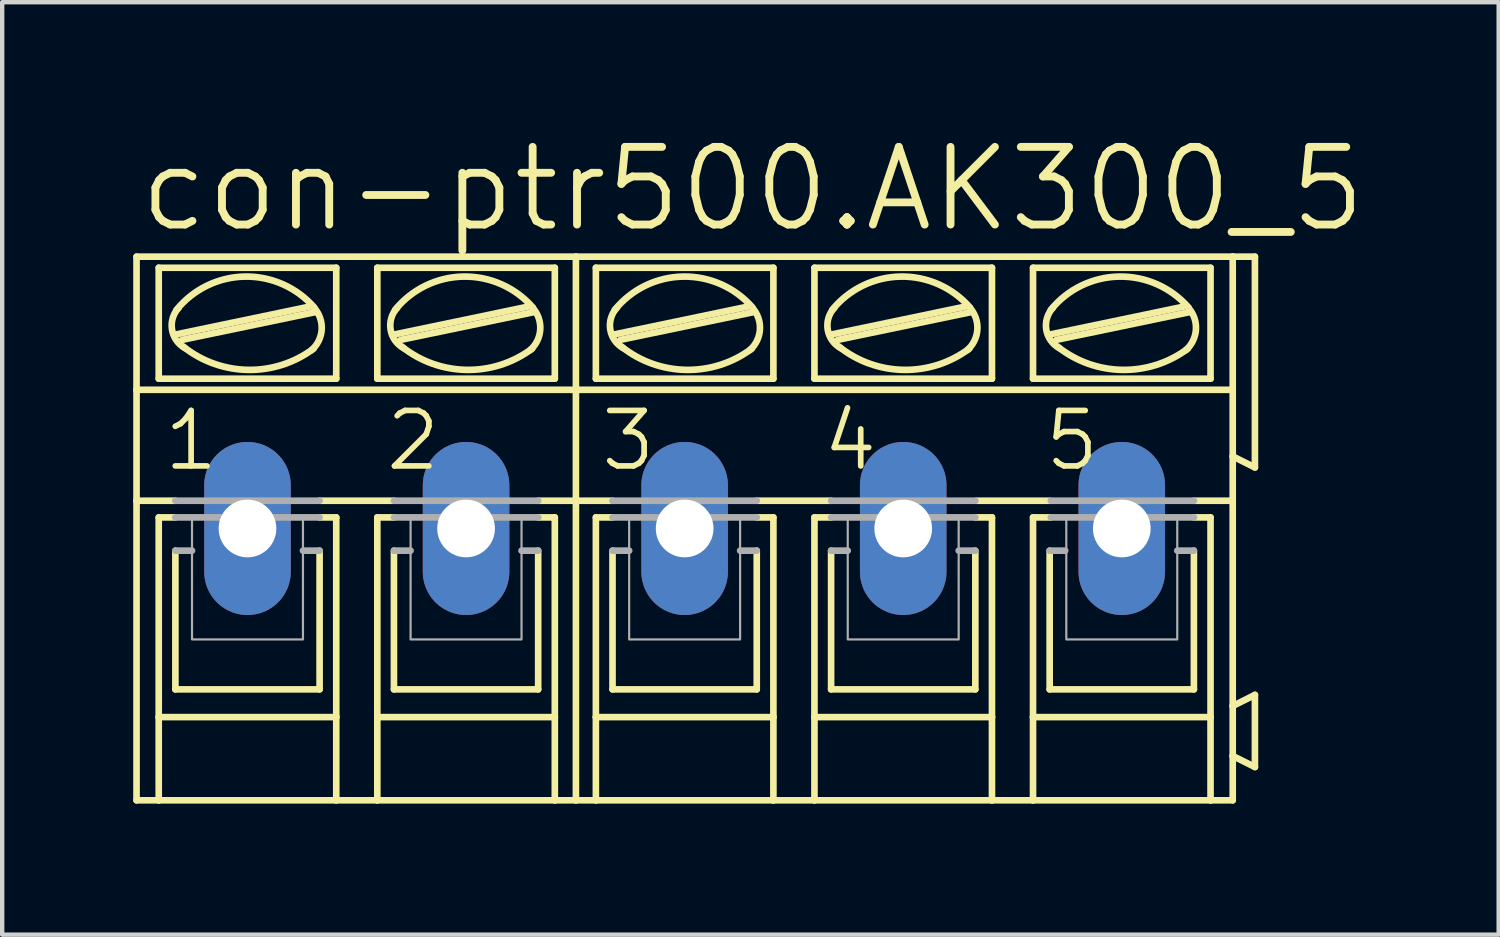
<source format=kicad_pcb>
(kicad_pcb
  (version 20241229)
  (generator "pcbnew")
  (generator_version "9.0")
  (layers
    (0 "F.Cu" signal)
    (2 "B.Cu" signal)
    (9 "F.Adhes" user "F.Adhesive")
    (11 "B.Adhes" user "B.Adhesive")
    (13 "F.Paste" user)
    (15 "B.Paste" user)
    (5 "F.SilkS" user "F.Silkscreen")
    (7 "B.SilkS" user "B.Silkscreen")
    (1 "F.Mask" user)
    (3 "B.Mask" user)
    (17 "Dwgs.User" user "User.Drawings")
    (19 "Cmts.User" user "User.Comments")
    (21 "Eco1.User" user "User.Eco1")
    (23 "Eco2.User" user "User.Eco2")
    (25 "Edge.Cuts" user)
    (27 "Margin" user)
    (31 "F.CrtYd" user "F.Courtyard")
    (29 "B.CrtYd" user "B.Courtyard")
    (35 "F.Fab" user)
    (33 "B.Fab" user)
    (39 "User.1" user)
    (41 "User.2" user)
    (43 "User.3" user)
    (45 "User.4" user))
  (footprint "con-ptr500.AK300_5"
    (layer "F.Cu")
    (at 12.624 9.049)
    (property "Reference" "con-ptr500.AK300_5" (at -12.573 -6.731 0) (layer "F.SilkS") (effects (font (size 1.778 1.778) (thickness 0.18)) (justify left bottom)))
    (attr through_hole)
    (fp_line (start -12.548 -3.175) (end -12.548 -6.223) (stroke (width 0.152) (type default)) (layer "F.SilkS"))
    (fp_line (start -12.548 -3.175) (end -2.489 -3.175) (stroke (width 0.152) (type default)) (layer "F.SilkS"))
    (fp_line (start -12.548 -0.635) (end -12.548 -3.175) (stroke (width 0.152) (type default)) (layer "F.SilkS"))
    (fp_line (start -12.548 -0.635) (end -11.659 -0.635) (stroke (width 0.152) (type default)) (layer "F.SilkS"))
    (fp_line (start -12.548 6.223) (end -12.548 -0.635) (stroke (width 0.152) (type default)) (layer "F.SilkS"))
    (fp_line (start -12.548 6.223) (end -12.04 6.223) (stroke (width 0.152) (type default)) (layer "F.SilkS"))
    (fp_line (start -12.04 -3.429) (end -12.04 -5.969) (stroke (width 0.152) (type default)) (layer "F.SilkS"))
    (fp_line (start -12.04 -0.254) (end -12.04 4.318) (stroke (width 0.152) (type default)) (layer "F.SilkS"))
    (fp_line (start -12.04 -0.254) (end -11.659 -0.254) (stroke (width 0.152) (type default)) (layer "F.SilkS"))
    (fp_line (start -12.04 4.318) (end -12.04 6.223) (stroke (width 0.152) (type default)) (layer "F.SilkS"))
    (fp_line (start -12.04 6.223) (end -7.976 6.223) (stroke (width 0.152) (type default)) (layer "F.SilkS"))
    (fp_line (start -11.659 3.683) (end -11.659 0.508) (stroke (width 0.152) (type default)) (layer "F.SilkS"))
    (fp_line (start -11.633 -4.445) (end -8.585 -5.08) (stroke (width 0.152) (type default)) (layer "F.SilkS"))
    (fp_line (start -11.506 -4.318) (end -8.458 -4.953) (stroke (width 0.152) (type default)) (layer "F.SilkS"))
    (fp_line (start -8.357 -0.635) (end -6.655 -0.635) (stroke (width 0.152) (type default)) (layer "F.SilkS"))
    (fp_line (start -8.357 3.683) (end -11.659 3.683) (stroke (width 0.152) (type default)) (layer "F.SilkS"))
    (fp_line (start -8.357 3.683) (end -8.357 0.508) (stroke (width 0.152) (type default)) (layer "F.SilkS"))
    (fp_line (start -7.976 -5.969) (end -12.04 -5.969) (stroke (width 0.152) (type default)) (layer "F.SilkS"))
    (fp_line (start -7.976 -3.429) (end -12.04 -3.429) (stroke (width 0.152) (type default)) (layer "F.SilkS"))
    (fp_line (start -7.976 -3.429) (end -7.976 -5.969) (stroke (width 0.152) (type default)) (layer "F.SilkS"))
    (fp_line (start -7.976 -0.254) (end -8.357 -0.254) (stroke (width 0.152) (type default)) (layer "F.SilkS"))
    (fp_line (start -7.976 4.318) (end -12.04 4.318) (stroke (width 0.152) (type default)) (layer "F.SilkS"))
    (fp_line (start -7.976 4.318) (end -7.976 -0.254) (stroke (width 0.152) (type default)) (layer "F.SilkS"))
    (fp_line (start -7.976 6.223) (end -7.976 4.318) (stroke (width 0.152) (type default)) (layer "F.SilkS"))
    (fp_line (start -7.976 6.223) (end -7.036 6.223) (stroke (width 0.152) (type default)) (layer "F.SilkS"))
    (fp_line (start -7.036 -5.969) (end -2.972 -5.969) (stroke (width 0.152) (type default)) (layer "F.SilkS"))
    (fp_line (start -7.036 -3.429) (end -7.036 -5.969) (stroke (width 0.152) (type default)) (layer "F.SilkS"))
    (fp_line (start -7.036 -0.254) (end -6.655 -0.254) (stroke (width 0.152) (type default)) (layer "F.SilkS"))
    (fp_line (start -7.036 4.318) (end -7.036 -0.254) (stroke (width 0.152) (type default)) (layer "F.SilkS"))
    (fp_line (start -7.036 4.318) (end -2.972 4.318) (stroke (width 0.152) (type default)) (layer "F.SilkS"))
    (fp_line (start -7.036 6.223) (end -7.036 4.318) (stroke (width 0.152) (type default)) (layer "F.SilkS"))
    (fp_line (start -7.036 6.223) (end -2.972 6.223) (stroke (width 0.152) (type default)) (layer "F.SilkS"))
    (fp_line (start -6.655 3.683) (end -6.655 0.508) (stroke (width 0.152) (type default)) (layer "F.SilkS"))
    (fp_line (start -6.629 -4.445) (end -3.581 -5.08) (stroke (width 0.152) (type default)) (layer "F.SilkS"))
    (fp_line (start -6.502 -4.318) (end -3.454 -4.953) (stroke (width 0.152) (type default)) (layer "F.SilkS"))
    (fp_line (start -3.353 3.683) (end -6.655 3.683) (stroke (width 0.152) (type default)) (layer "F.SilkS"))
    (fp_line (start -3.353 3.683) (end -3.353 0.508) (stroke (width 0.152) (type default)) (layer "F.SilkS"))
    (fp_line (start -2.972 -5.969) (end -2.972 -3.429) (stroke (width 0.152) (type default)) (layer "F.SilkS"))
    (fp_line (start -2.972 -3.429) (end -7.036 -3.429) (stroke (width 0.152) (type default)) (layer "F.SilkS"))
    (fp_line (start -2.972 -0.254) (end -3.353 -0.254) (stroke (width 0.152) (type default)) (layer "F.SilkS"))
    (fp_line (start -2.972 -0.254) (end -2.972 4.318) (stroke (width 0.152) (type default)) (layer "F.SilkS"))
    (fp_line (start -2.972 4.318) (end -2.972 6.223) (stroke (width 0.152) (type default)) (layer "F.SilkS"))
    (fp_line (start -2.972 6.223) (end -2.489 6.223) (stroke (width 0.152) (type default)) (layer "F.SilkS"))
    (fp_line (start -2.489 -6.223) (end -12.548 -6.223) (stroke (width 0.152) (type default)) (layer "F.SilkS"))
    (fp_line (start -2.489 -3.175) (end -2.489 -6.223) (stroke (width 0.152) (type default)) (layer "F.SilkS"))
    (fp_line (start -2.489 -3.175) (end 12.548 -3.175) (stroke (width 0.152) (type default)) (layer "F.SilkS"))
    (fp_line (start -2.489 -0.635) (end -3.353 -0.635) (stroke (width 0.152) (type default)) (layer "F.SilkS"))
    (fp_line (start -2.489 -0.635) (end -2.489 -3.175) (stroke (width 0.152) (type default)) (layer "F.SilkS"))
    (fp_line (start -2.489 -0.635) (end -1.651 -0.635) (stroke (width 0.152) (type default)) (layer "F.SilkS"))
    (fp_line (start -2.489 6.223) (end -2.489 -0.635) (stroke (width 0.152) (type default)) (layer "F.SilkS"))
    (fp_line (start -2.489 6.223) (end -2.032 6.223) (stroke (width 0.152) (type default)) (layer "F.SilkS"))
    (fp_line (start -2.032 -3.429) (end -2.032 -5.969) (stroke (width 0.152) (type default)) (layer "F.SilkS"))
    (fp_line (start -2.032 -0.254) (end -2.032 4.318) (stroke (width 0.152) (type default)) (layer "F.SilkS"))
    (fp_line (start -2.032 -0.254) (end -1.651 -0.254) (stroke (width 0.152) (type default)) (layer "F.SilkS"))
    (fp_line (start -2.032 4.318) (end -2.032 6.223) (stroke (width 0.152) (type default)) (layer "F.SilkS"))
    (fp_line (start -2.032 6.223) (end 2.032 6.223) (stroke (width 0.152) (type default)) (layer "F.SilkS"))
    (fp_line (start -1.651 3.683) (end -1.651 0.508) (stroke (width 0.152) (type default)) (layer "F.SilkS"))
    (fp_line (start -1.6 -4.445) (end 1.448 -5.08) (stroke (width 0.152) (type default)) (layer "F.SilkS"))
    (fp_line (start -1.473 -4.318) (end 1.575 -4.953) (stroke (width 0.152) (type default)) (layer "F.SilkS"))
    (fp_line (start 1.651 -0.635) (end 3.353 -0.635) (stroke (width 0.152) (type default)) (layer "F.SilkS"))
    (fp_line (start 1.651 3.683) (end -1.651 3.683) (stroke (width 0.152) (type default)) (layer "F.SilkS"))
    (fp_line (start 1.651 3.683) (end 1.651 0.508) (stroke (width 0.152) (type default)) (layer "F.SilkS"))
    (fp_line (start 2.032 -5.969) (end -2.032 -5.969) (stroke (width 0.152) (type default)) (layer "F.SilkS"))
    (fp_line (start 2.032 -3.429) (end -2.032 -3.429) (stroke (width 0.152) (type default)) (layer "F.SilkS"))
    (fp_line (start 2.032 -3.429) (end 2.032 -5.969) (stroke (width 0.152) (type default)) (layer "F.SilkS"))
    (fp_line (start 2.032 -0.254) (end 1.651 -0.254) (stroke (width 0.152) (type default)) (layer "F.SilkS"))
    (fp_line (start 2.032 4.318) (end -2.032 4.318) (stroke (width 0.152) (type default)) (layer "F.SilkS"))
    (fp_line (start 2.032 4.318) (end 2.032 -0.254) (stroke (width 0.152) (type default)) (layer "F.SilkS"))
    (fp_line (start 2.032 6.223) (end 2.032 4.318) (stroke (width 0.152) (type default)) (layer "F.SilkS"))
    (fp_line (start 2.032 6.223) (end 2.972 6.223) (stroke (width 0.152) (type default)) (layer "F.SilkS"))
    (fp_line (start 2.972 -5.969) (end 7.036 -5.969) (stroke (width 0.152) (type default)) (layer "F.SilkS"))
    (fp_line (start 2.972 -3.429) (end 2.972 -5.969) (stroke (width 0.152) (type default)) (layer "F.SilkS"))
    (fp_line (start 2.972 -0.254) (end 3.353 -0.254) (stroke (width 0.152) (type default)) (layer "F.SilkS"))
    (fp_line (start 2.972 4.318) (end 2.972 -0.254) (stroke (width 0.152) (type default)) (layer "F.SilkS"))
    (fp_line (start 2.972 4.318) (end 7.036 4.318) (stroke (width 0.152) (type default)) (layer "F.SilkS"))
    (fp_line (start 2.972 6.223) (end 2.972 4.318) (stroke (width 0.152) (type default)) (layer "F.SilkS"))
    (fp_line (start 2.972 6.223) (end 7.036 6.223) (stroke (width 0.152) (type default)) (layer "F.SilkS"))
    (fp_line (start 3.353 3.683) (end 3.353 0.508) (stroke (width 0.152) (type default)) (layer "F.SilkS"))
    (fp_line (start 3.378 -4.445) (end 6.426 -5.08) (stroke (width 0.152) (type default)) (layer "F.SilkS"))
    (fp_line (start 3.505 -4.318) (end 6.553 -4.953) (stroke (width 0.152) (type default)) (layer "F.SilkS"))
    (fp_line (start 6.655 3.683) (end 3.353 3.683) (stroke (width 0.152) (type default)) (layer "F.SilkS"))
    (fp_line (start 6.655 3.683) (end 6.655 0.508) (stroke (width 0.152) (type default)) (layer "F.SilkS"))
    (fp_line (start 6.68 -0.635) (end 8.357 -0.635) (stroke (width 0.152) (type default)) (layer "F.SilkS"))
    (fp_line (start 7.036 -5.969) (end 7.036 -3.429) (stroke (width 0.152) (type default)) (layer "F.SilkS"))
    (fp_line (start 7.036 -3.429) (end 2.972 -3.429) (stroke (width 0.152) (type default)) (layer "F.SilkS"))
    (fp_line (start 7.036 -0.254) (end 6.655 -0.254) (stroke (width 0.152) (type default)) (layer "F.SilkS"))
    (fp_line (start 7.036 -0.254) (end 7.036 4.318) (stroke (width 0.152) (type default)) (layer "F.SilkS"))
    (fp_line (start 7.036 4.318) (end 7.036 6.223) (stroke (width 0.152) (type default)) (layer "F.SilkS"))
    (fp_line (start 7.036 6.223) (end 7.976 6.223) (stroke (width 0.152) (type default)) (layer "F.SilkS"))
    (fp_line (start 7.976 -5.969) (end 12.04 -5.969) (stroke (width 0.152) (type default)) (layer "F.SilkS"))
    (fp_line (start 7.976 -3.429) (end 7.976 -5.969) (stroke (width 0.152) (type default)) (layer "F.SilkS"))
    (fp_line (start 7.976 -0.254) (end 8.382 -0.254) (stroke (width 0.152) (type default)) (layer "F.SilkS"))
    (fp_line (start 7.976 4.318) (end 7.976 -0.254) (stroke (width 0.152) (type default)) (layer "F.SilkS"))
    (fp_line (start 7.976 4.318) (end 12.04 4.318) (stroke (width 0.152) (type default)) (layer "F.SilkS"))
    (fp_line (start 7.976 6.223) (end 7.976 4.318) (stroke (width 0.152) (type default)) (layer "F.SilkS"))
    (fp_line (start 7.976 6.223) (end 12.04 6.223) (stroke (width 0.152) (type default)) (layer "F.SilkS"))
    (fp_line (start 8.357 3.683) (end 8.357 0.508) (stroke (width 0.152) (type default)) (layer "F.SilkS"))
    (fp_line (start 8.382 -4.445) (end 11.43 -5.08) (stroke (width 0.152) (type default)) (layer "F.SilkS"))
    (fp_line (start 8.509 -4.318) (end 11.557 -4.953) (stroke (width 0.152) (type default)) (layer "F.SilkS"))
    (fp_line (start 11.659 3.683) (end 8.357 3.683) (stroke (width 0.152) (type default)) (layer "F.SilkS"))
    (fp_line (start 11.659 3.683) (end 11.659 0.508) (stroke (width 0.152) (type default)) (layer "F.SilkS"))
    (fp_line (start 12.04 -5.969) (end 12.04 -3.429) (stroke (width 0.152) (type default)) (layer "F.SilkS"))
    (fp_line (start 12.04 -3.429) (end 7.976 -3.429) (stroke (width 0.152) (type default)) (layer "F.SilkS"))
    (fp_line (start 12.04 -0.254) (end 11.659 -0.254) (stroke (width 0.152) (type default)) (layer "F.SilkS"))
    (fp_line (start 12.04 -0.254) (end 12.04 4.318) (stroke (width 0.152) (type default)) (layer "F.SilkS"))
    (fp_line (start 12.04 4.318) (end 12.04 6.223) (stroke (width 0.152) (type default)) (layer "F.SilkS"))
    (fp_line (start 12.04 6.223) (end 12.548 6.223) (stroke (width 0.152) (type default)) (layer "F.SilkS"))
    (fp_line (start 12.548 -6.223) (end -2.489 -6.223) (stroke (width 0.152) (type default)) (layer "F.SilkS"))
    (fp_line (start 12.548 -6.223) (end 12.548 -3.175) (stroke (width 0.152) (type default)) (layer "F.SilkS"))
    (fp_line (start 12.548 -6.223) (end 13.056 -6.223) (stroke (width 0.152) (type default)) (layer "F.SilkS"))
    (fp_line (start 12.548 -3.175) (end 12.548 -1.651) (stroke (width 0.152) (type default)) (layer "F.SilkS"))
    (fp_line (start 12.548 -1.651) (end 12.548 -0.635) (stroke (width 0.152) (type default)) (layer "F.SilkS"))
    (fp_line (start 12.548 -0.635) (end 11.659 -0.635) (stroke (width 0.152) (type default)) (layer "F.SilkS"))
    (fp_line (start 12.548 -0.635) (end 12.548 4.064) (stroke (width 0.152) (type default)) (layer "F.SilkS"))
    (fp_line (start 12.548 4.064) (end 12.548 5.207) (stroke (width 0.152) (type default)) (layer "F.SilkS"))
    (fp_line (start 12.548 5.207) (end 12.548 6.223) (stroke (width 0.152) (type default)) (layer "F.SilkS"))
    (fp_line (start 13.056 -6.223) (end 13.056 -1.397) (stroke (width 0.152) (type default)) (layer "F.SilkS"))
    (fp_line (start 13.056 -1.397) (end 12.548 -1.651) (stroke (width 0.152) (type default)) (layer "F.SilkS"))
    (fp_line (start 13.056 3.81) (end 12.548 4.064) (stroke (width 0.152) (type default)) (layer "F.SilkS"))
    (fp_line (start 13.056 3.81) (end 13.056 5.461) (stroke (width 0.152) (type default)) (layer "F.SilkS"))
    (fp_line (start 13.056 5.461) (end 12.548 5.207) (stroke (width 0.152) (type default)) (layer "F.SilkS"))
    (fp_arc (start -11.6332 -5.0038) (mid -10.068827 -5.766949) (end -8.4788 -5.0588) (stroke (width 0.1524) (type default)) (layer "F.SilkS"))
    (fp_arc (start -11.4387 -4.1297) (mid -11.736624 -4.557025) (end -11.5824 -5.0546) (stroke (width 0.1524) (type default)) (layer "F.SilkS"))
    (fp_arc (start -8.493 -4.1188) (mid -9.994903 -3.631243) (end -11.4808 -4.1656) (stroke (width 0.1524) (type default)) (layer "F.SilkS"))
    (fp_arc (start -8.4837 -5.0545) (mid -8.30934 -4.558084) (end -8.5394 -4.0849) (stroke (width 0.1524) (type default)) (layer "F.SilkS"))
    (fp_arc (start -6.6294 -5.0038) (mid -5.065027 -5.766949) (end -3.475 -5.0588) (stroke (width 0.1524) (type default)) (layer "F.SilkS"))
    (fp_arc (start -6.4349 -4.1297) (mid -6.732824 -4.557025) (end -6.5786 -5.0546) (stroke (width 0.1524) (type default)) (layer "F.SilkS"))
    (fp_arc (start -3.4892 -4.1188) (mid -4.991103 -3.631243) (end -6.477 -4.1656) (stroke (width 0.1524) (type default)) (layer "F.SilkS"))
    (fp_arc (start -3.4799 -5.0545) (mid -3.30554 -4.558084) (end -3.5356 -4.0849) (stroke (width 0.1524) (type default)) (layer "F.SilkS"))
    (fp_arc (start -1.6002 -5.0038) (mid -0.035853 -5.766879) (end 1.5541 -5.0587) (stroke (width 0.1524) (type default)) (layer "F.SilkS"))
    (fp_arc (start -1.4057 -4.1297) (mid -1.703624 -4.557025) (end -1.5494 -5.0546) (stroke (width 0.1524) (type default)) (layer "F.SilkS"))
    (fp_arc (start 1.54 -4.1189) (mid 0.038113 -3.631282) (end -1.4478 -4.1656) (stroke (width 0.1524) (type default)) (layer "F.SilkS"))
    (fp_arc (start 1.5493 -5.0545) (mid 1.72366 -4.558084) (end 1.4936 -4.0849) (stroke (width 0.1524) (type default)) (layer "F.SilkS"))
    (fp_arc (start 3.3782 -5.0038) (mid 4.94252 -5.766808) (end 6.5324 -5.0586) (stroke (width 0.1524) (type default)) (layer "F.SilkS"))
    (fp_arc (start 3.5727 -4.1297) (mid 3.274776 -4.557025) (end 3.429 -5.0546) (stroke (width 0.1524) (type default)) (layer "F.SilkS"))
    (fp_arc (start 6.5184 -4.1189) (mid 5.016513 -3.631282) (end 3.5306 -4.1656) (stroke (width 0.1524) (type default)) (layer "F.SilkS"))
    (fp_arc (start 6.5277 -5.0545) (mid 6.70206 -4.558084) (end 6.472 -4.0849) (stroke (width 0.1524) (type default)) (layer "F.SilkS"))
    (fp_arc (start 8.382 -5.0038) (mid 9.94632 -5.766808) (end 11.5362 -5.0586) (stroke (width 0.1524) (type default)) (layer "F.SilkS"))
    (fp_arc (start 8.5765 -4.1297) (mid 8.278576 -4.557025) (end 8.4328 -5.0546) (stroke (width 0.1524) (type default)) (layer "F.SilkS"))
    (fp_arc (start 11.5222 -4.1189) (mid 10.020313 -3.631282) (end 8.5344 -4.1656) (stroke (width 0.1524) (type default)) (layer "F.SilkS"))
    (fp_arc (start 11.5315 -5.0545) (mid 11.70586 -4.558084) (end 11.4758 -4.0849) (stroke (width 0.1524) (type default)) (layer "F.SilkS"))
    (fp_line (start -11.659 -0.635) (end -8.357 -0.635) (stroke (width 0.152) (type default)) (layer "F.Fab"))
    (fp_line (start -11.659 0.508) (end -11.278 0.508) (stroke (width 0.152) (type default)) (layer "F.Fab"))
    (fp_line (start -8.357 -0.254) (end -11.659 -0.254) (stroke (width 0.152) (type default)) (layer "F.Fab"))
    (fp_line (start -8.357 0.508) (end -8.738 0.508) (stroke (width 0.152) (type default)) (layer "F.Fab"))
    (fp_line (start -6.655 -0.254) (end -3.353 -0.254) (stroke (width 0.152) (type default)) (layer "F.Fab"))
    (fp_line (start -6.655 0.508) (end -6.274 0.508) (stroke (width 0.152) (type default)) (layer "F.Fab"))
    (fp_line (start -3.353 -0.635) (end -6.655 -0.635) (stroke (width 0.152) (type default)) (layer "F.Fab"))
    (fp_line (start -3.353 0.508) (end -3.734 0.508) (stroke (width 0.152) (type default)) (layer "F.Fab"))
    (fp_line (start -1.651 -0.635) (end 1.651 -0.635) (stroke (width 0.152) (type default)) (layer "F.Fab"))
    (fp_line (start -1.651 0.508) (end -1.27 0.508) (stroke (width 0.152) (type default)) (layer "F.Fab"))
    (fp_line (start 1.651 -0.254) (end -1.651 -0.254) (stroke (width 0.152) (type default)) (layer "F.Fab"))
    (fp_line (start 1.651 0.508) (end 1.27 0.508) (stroke (width 0.152) (type default)) (layer "F.Fab"))
    (fp_line (start 3.353 -0.254) (end 6.655 -0.254) (stroke (width 0.152) (type default)) (layer "F.Fab"))
    (fp_line (start 3.353 0.508) (end 3.734 0.508) (stroke (width 0.152) (type default)) (layer "F.Fab"))
    (fp_line (start 6.655 -0.635) (end 3.353 -0.635) (stroke (width 0.152) (type default)) (layer "F.Fab"))
    (fp_line (start 6.655 0.508) (end 6.274 0.508) (stroke (width 0.152) (type default)) (layer "F.Fab"))
    (fp_line (start 8.357 0.508) (end 8.712 0.508) (stroke (width 0.152) (type default)) (layer "F.Fab"))
    (fp_line (start 8.382 -0.254) (end 11.659 -0.254) (stroke (width 0.152) (type default)) (layer "F.Fab"))
    (fp_line (start 11.659 -0.635) (end 8.382 -0.635) (stroke (width 0.152) (type default)) (layer "F.Fab"))
    (fp_line (start 11.659 0.508) (end 11.278 0.508) (stroke (width 0.152) (type default)) (layer "F.Fab"))
    (fp_rect (start -11.278 2.54) (end -8.738 -0.254) (stroke (width 0.05) (type default)) (fill no) (layer "F.Fab"))
    (fp_rect (start -6.274 2.54) (end -3.734 -0.254) (stroke (width 0.05) (type default)) (fill no) (layer "F.Fab"))
    (fp_rect (start -1.27 2.54) (end 1.27 -0.254) (stroke (width 0.05) (type default)) (fill no) (layer "F.Fab"))
    (fp_rect (start 3.734 2.54) (end 6.274 -0.254) (stroke (width 0.05) (type default)) (fill no) (layer "F.Fab"))
    (fp_rect (start 8.738 2.54) (end 11.278 -0.254) (stroke (width 0.05) (type default)) (fill no) (layer "F.Fab"))
    (fp_text user "5" (at 8.179 -1.27 0) (layer "F.SilkS") (effects (font (size 1.27 1.27) (thickness 0.13)) (justify left bottom)))
    (fp_text user "1" (at -11.989 -1.27 0) (layer "F.SilkS") (effects (font (size 1.27 1.27) (thickness 0.13)) (justify left bottom)))
    (fp_text user "3" (at -1.981 -1.27 0) (layer "F.SilkS") (effects (font (size 1.27 1.27) (thickness 0.13)) (justify left bottom)))
    (fp_text user "4" (at 3.099 -1.27 0) (layer "F.SilkS") (effects (font (size 1.27 1.27) (thickness 0.13)) (justify left bottom)))
    (fp_text user "2" (at -6.909 -1.27 0) (layer "F.SilkS") (effects (font (size 1.27 1.27) (thickness 0.13)) (justify left bottom)))
    (pad "1" thru_hole oval (at -10.008 0 90) (size 3.962 1.981) (drill 1.321) (layers "*.Cu" "*.Mask"))
    (pad "2" thru_hole oval (at -5.004 0 90) (size 3.962 1.981) (drill 1.321) (layers "*.Cu" "*.Mask"))
    (pad "3" thru_hole oval (at 0 0 90) (size 3.962 1.981) (drill 1.321) (layers "*.Cu" "*.Mask"))
    (pad "4" thru_hole oval (at 5.004 0 90) (size 3.962 1.981) (drill 1.321) (layers "*.Cu" "*.Mask"))
    (pad "5" thru_hole oval (at 10.008 0 90) (size 3.962 1.981) (drill 1.321) (layers "*.Cu" "*.Mask")))
  (gr_rect
    (start -3 -3)
    (end 31.26 18.348)
    (stroke (width 0.1) (type default))
    (fill no)
    (layer "Edge.Cuts")))
</source>
